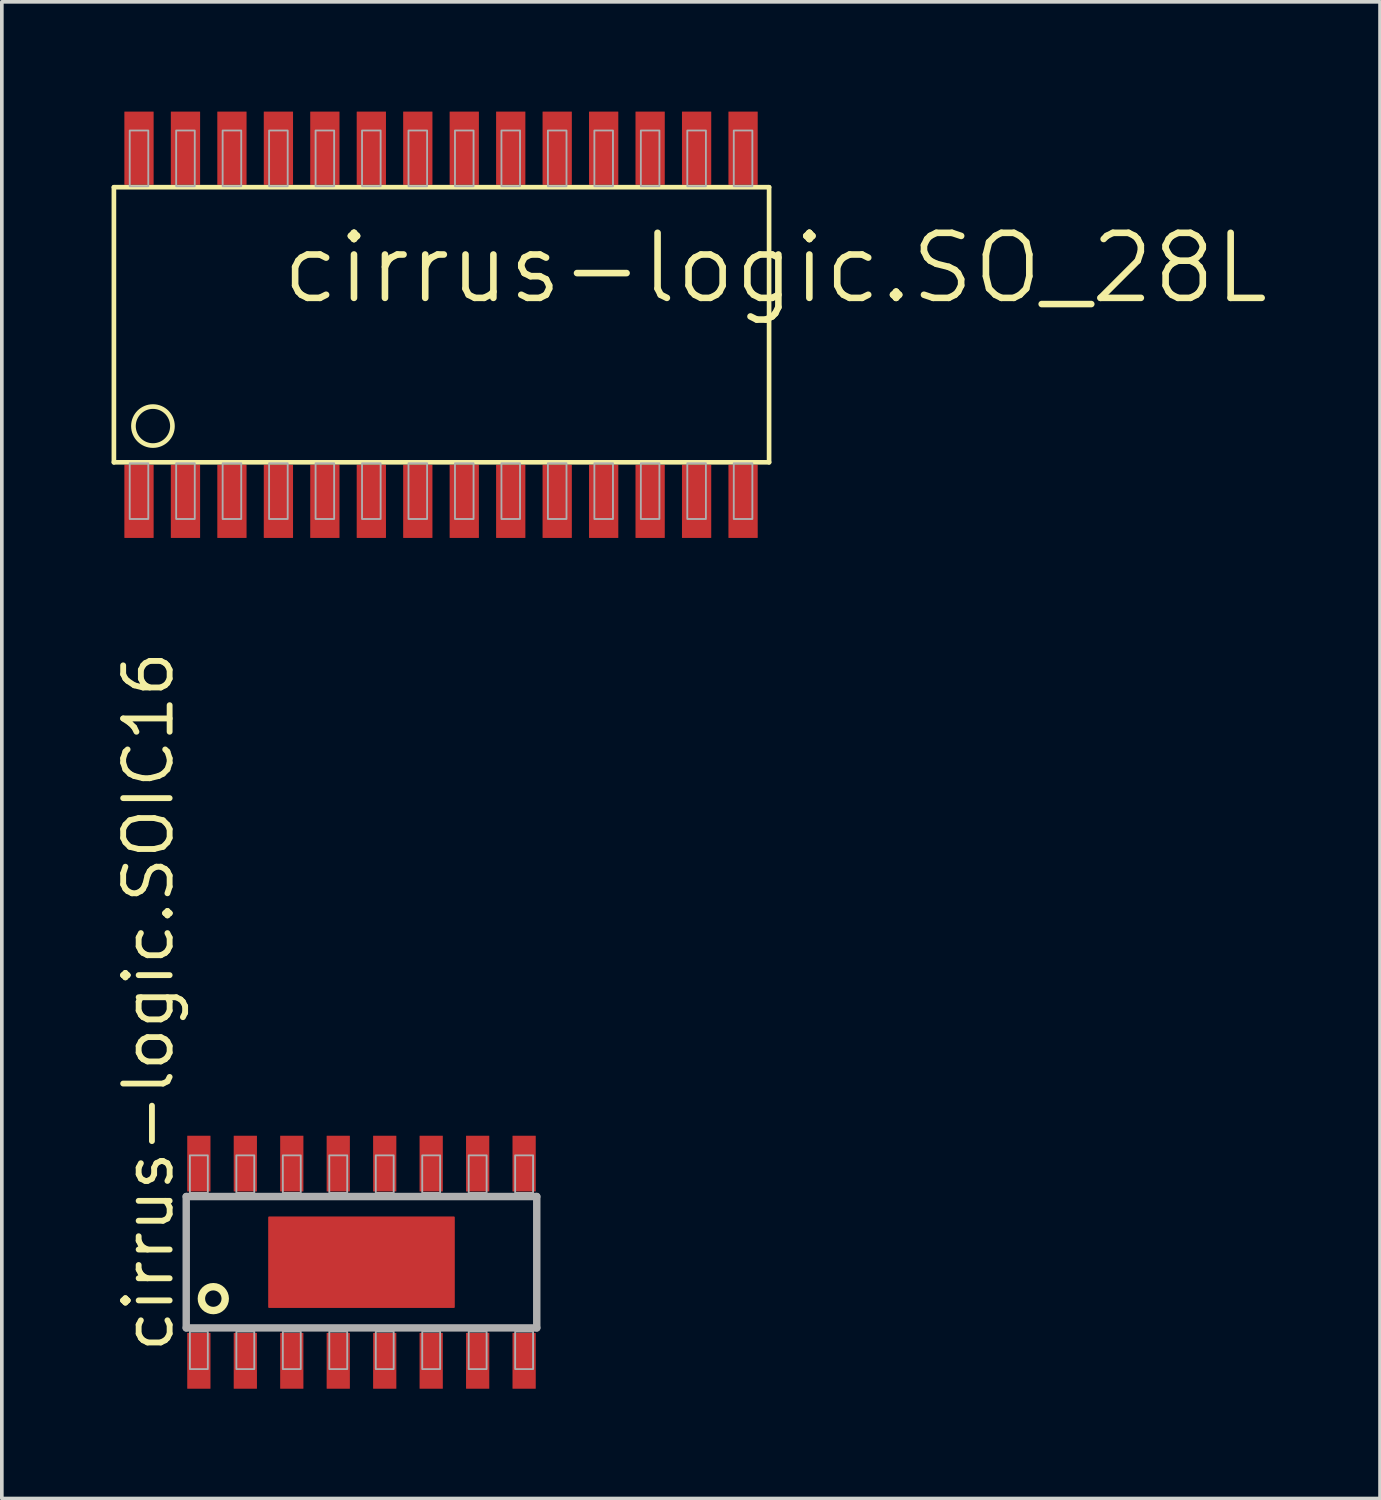
<source format=kicad_pcb>
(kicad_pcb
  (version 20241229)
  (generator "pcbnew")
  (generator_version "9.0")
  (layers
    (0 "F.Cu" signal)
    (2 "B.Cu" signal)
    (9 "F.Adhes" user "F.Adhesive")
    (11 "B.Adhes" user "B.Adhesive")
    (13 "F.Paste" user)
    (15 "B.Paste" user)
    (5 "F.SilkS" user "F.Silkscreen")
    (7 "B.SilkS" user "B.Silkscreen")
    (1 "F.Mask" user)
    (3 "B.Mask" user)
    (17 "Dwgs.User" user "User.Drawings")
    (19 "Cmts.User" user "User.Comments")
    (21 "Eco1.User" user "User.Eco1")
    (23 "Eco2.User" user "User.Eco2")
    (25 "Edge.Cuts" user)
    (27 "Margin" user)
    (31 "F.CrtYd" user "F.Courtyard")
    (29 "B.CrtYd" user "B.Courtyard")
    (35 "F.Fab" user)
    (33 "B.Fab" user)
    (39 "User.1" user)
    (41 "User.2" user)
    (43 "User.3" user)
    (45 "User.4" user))
  (footprint "cirrus-logic.SO_28L"
    (layer "F.Cu")
    (at 9.004 5.826)
    (property "Reference" "cirrus-logic.SO_28L" (at -4.445 -0.508 0) (layer "F.SilkS") (effects (font (size 1.778 1.778) (thickness 0.18)) (justify left bottom)))
    (attr smd)
    (fp_line (start -8.941 -3.759) (end -8.941 3.759) (stroke (width 0.127) (type default)) (layer "F.SilkS"))
    (fp_line (start -8.941 3.759) (end 8.966 3.759) (stroke (width 0.127) (type default)) (layer "F.SilkS"))
    (fp_line (start 8.966 -3.759) (end -8.941 -3.759) (stroke (width 0.127) (type default)) (layer "F.SilkS"))
    (fp_line (start 8.966 3.759) (end 8.966 -3.759) (stroke (width 0.127) (type default)) (layer "F.SilkS"))
    (fp_circle (center -7.874 2.769) (end -7.341 2.769) (stroke (width 0.127) (type default)) (fill no) (layer "F.SilkS"))
    (fp_rect (start -8.509 -3.785) (end -8.001 -5.309) (stroke (width 0.05) (type default)) (fill no) (layer "F.Fab"))
    (fp_rect (start -8.509 5.309) (end -8.001 3.785) (stroke (width 0.05) (type default)) (fill no) (layer "F.Fab"))
    (fp_rect (start -7.239 -3.785) (end -6.731 -5.309) (stroke (width 0.05) (type default)) (fill no) (layer "F.Fab"))
    (fp_rect (start -7.239 5.309) (end -6.731 3.785) (stroke (width 0.05) (type default)) (fill no) (layer "F.Fab"))
    (fp_rect (start -5.969 -3.785) (end -5.461 -5.309) (stroke (width 0.05) (type default)) (fill no) (layer "F.Fab"))
    (fp_rect (start -5.969 5.309) (end -5.461 3.785) (stroke (width 0.05) (type default)) (fill no) (layer "F.Fab"))
    (fp_rect (start -4.699 -3.785) (end -4.191 -5.309) (stroke (width 0.05) (type default)) (fill no) (layer "F.Fab"))
    (fp_rect (start -4.699 5.309) (end -4.191 3.785) (stroke (width 0.05) (type default)) (fill no) (layer "F.Fab"))
    (fp_rect (start -3.429 -3.785) (end -2.921 -5.309) (stroke (width 0.05) (type default)) (fill no) (layer "F.Fab"))
    (fp_rect (start -3.429 5.309) (end -2.921 3.785) (stroke (width 0.05) (type default)) (fill no) (layer "F.Fab"))
    (fp_rect (start -2.159 -3.785) (end -1.651 -5.309) (stroke (width 0.05) (type default)) (fill no) (layer "F.Fab"))
    (fp_rect (start -2.159 5.309) (end -1.651 3.785) (stroke (width 0.05) (type default)) (fill no) (layer "F.Fab"))
    (fp_rect (start -0.889 -3.785) (end -0.381 -5.309) (stroke (width 0.05) (type default)) (fill no) (layer "F.Fab"))
    (fp_rect (start -0.889 5.309) (end -0.381 3.785) (stroke (width 0.05) (type default)) (fill no) (layer "F.Fab"))
    (fp_rect (start 0.381 -3.785) (end 0.889 -5.309) (stroke (width 0.05) (type default)) (fill no) (layer "F.Fab"))
    (fp_rect (start 0.381 5.309) (end 0.889 3.785) (stroke (width 0.05) (type default)) (fill no) (layer "F.Fab"))
    (fp_rect (start 1.651 -3.785) (end 2.159 -5.309) (stroke (width 0.05) (type default)) (fill no) (layer "F.Fab"))
    (fp_rect (start 1.651 5.309) (end 2.159 3.785) (stroke (width 0.05) (type default)) (fill no) (layer "F.Fab"))
    (fp_rect (start 2.921 -3.785) (end 3.429 -5.309) (stroke (width 0.05) (type default)) (fill no) (layer "F.Fab"))
    (fp_rect (start 2.921 5.309) (end 3.429 3.785) (stroke (width 0.05) (type default)) (fill no) (layer "F.Fab"))
    (fp_rect (start 4.191 -3.785) (end 4.699 -5.309) (stroke (width 0.05) (type default)) (fill no) (layer "F.Fab"))
    (fp_rect (start 4.191 5.309) (end 4.699 3.785) (stroke (width 0.05) (type default)) (fill no) (layer "F.Fab"))
    (fp_rect (start 5.461 -3.785) (end 5.969 -5.309) (stroke (width 0.05) (type default)) (fill no) (layer "F.Fab"))
    (fp_rect (start 5.461 5.309) (end 5.969 3.785) (stroke (width 0.05) (type default)) (fill no) (layer "F.Fab"))
    (fp_rect (start 6.731 -3.785) (end 7.239 -5.309) (stroke (width 0.05) (type default)) (fill no) (layer "F.Fab"))
    (fp_rect (start 6.731 5.309) (end 7.239 3.785) (stroke (width 0.05) (type default)) (fill no) (layer "F.Fab"))
    (fp_rect (start 8.001 -3.785) (end 8.509 -5.309) (stroke (width 0.05) (type default)) (fill no) (layer "F.Fab"))
    (fp_rect (start 8.001 5.309) (end 8.509 3.785) (stroke (width 0.05) (type default)) (fill no) (layer "F.Fab"))
    (pad "1" smd roundrect (at -8.255 4.826) (size 0.8 2) (layers "F.Cu" "F.Mask" "F.Paste") (roundrect_rratio 0.01))
    (pad "2" smd roundrect (at -6.985 4.826) (size 0.8 2) (layers "F.Cu" "F.Mask" "F.Paste") (roundrect_rratio 0.01))
    (pad "3" smd roundrect (at -5.715 4.826) (size 0.8 2) (layers "F.Cu" "F.Mask" "F.Paste") (roundrect_rratio 0.01))
    (pad "4" smd roundrect (at -4.445 4.826) (size 0.8 2) (layers "F.Cu" "F.Mask" "F.Paste") (roundrect_rratio 0.01))
    (pad "5" smd roundrect (at -3.175 4.826) (size 0.8 2) (layers "F.Cu" "F.Mask" "F.Paste") (roundrect_rratio 0.01))
    (pad "6" smd roundrect (at -1.905 4.826) (size 0.8 2) (layers "F.Cu" "F.Mask" "F.Paste") (roundrect_rratio 0.01))
    (pad "7" smd roundrect (at -0.635 4.826) (size 0.8 2) (layers "F.Cu" "F.Mask" "F.Paste") (roundrect_rratio 0.01))
    (pad "8" smd roundrect (at 0.635 4.826) (size 0.8 2) (layers "F.Cu" "F.Mask" "F.Paste") (roundrect_rratio 0.01))
    (pad "9" smd roundrect (at 1.905 4.826) (size 0.8 2) (layers "F.Cu" "F.Mask" "F.Paste") (roundrect_rratio 0.01))
    (pad "10" smd roundrect (at 3.175 4.826) (size 0.8 2) (layers "F.Cu" "F.Mask" "F.Paste") (roundrect_rratio 0.01))
    (pad "11" smd roundrect (at 4.445 4.826) (size 0.8 2) (layers "F.Cu" "F.Mask" "F.Paste") (roundrect_rratio 0.01))
    (pad "12" smd roundrect (at 5.715 4.826) (size 0.8 2) (layers "F.Cu" "F.Mask" "F.Paste") (roundrect_rratio 0.01))
    (pad "13" smd roundrect (at 6.985 4.826) (size 0.8 2) (layers "F.Cu" "F.Mask" "F.Paste") (roundrect_rratio 0.01))
    (pad "14" smd roundrect (at 8.255 4.826) (size 0.8 2) (layers "F.Cu" "F.Mask" "F.Paste") (roundrect_rratio 0.01))
    (pad "15" smd roundrect (at 8.255 -4.826) (size 0.8 2) (layers "F.Cu" "F.Mask" "F.Paste") (roundrect_rratio 0.01))
    (pad "16" smd roundrect (at 6.985 -4.826) (size 0.8 2) (layers "F.Cu" "F.Mask" "F.Paste") (roundrect_rratio 0.01))
    (pad "17" smd roundrect (at 5.715 -4.826) (size 0.8 2) (layers "F.Cu" "F.Mask" "F.Paste") (roundrect_rratio 0.01))
    (pad "18" smd roundrect (at 4.445 -4.826) (size 0.8 2) (layers "F.Cu" "F.Mask" "F.Paste") (roundrect_rratio 0.01))
    (pad "19" smd roundrect (at 3.175 -4.826) (size 0.8 2) (layers "F.Cu" "F.Mask" "F.Paste") (roundrect_rratio 0.01))
    (pad "20" smd roundrect (at 1.905 -4.826) (size 0.8 2) (layers "F.Cu" "F.Mask" "F.Paste") (roundrect_rratio 0.01))
    (pad "21" smd roundrect (at 0.635 -4.826) (size 0.8 2) (layers "F.Cu" "F.Mask" "F.Paste") (roundrect_rratio 0.01))
    (pad "22" smd roundrect (at -0.635 -4.826) (size 0.8 2) (layers "F.Cu" "F.Mask" "F.Paste") (roundrect_rratio 0.01))
    (pad "23" smd roundrect (at -1.905 -4.826) (size 0.8 2) (layers "F.Cu" "F.Mask" "F.Paste") (roundrect_rratio 0.01))
    (pad "24" smd roundrect (at -3.175 -4.826) (size 0.8 2) (layers "F.Cu" "F.Mask" "F.Paste") (roundrect_rratio 0.01))
    (pad "25" smd roundrect (at -4.445 -4.826) (size 0.8 2) (layers "F.Cu" "F.Mask" "F.Paste") (roundrect_rratio 0.01))
    (pad "26" smd roundrect (at -5.715 -4.826) (size 0.8 2) (layers "F.Cu" "F.Mask" "F.Paste") (roundrect_rratio 0.01))
    (pad "27" smd roundrect (at -6.985 -4.826) (size 0.8 2) (layers "F.Cu" "F.Mask" "F.Paste") (roundrect_rratio 0.01))
    (pad "28" smd roundrect (at -8.255 -4.826) (size 0.8 2) (layers "F.Cu" "F.Mask" "F.Paste") (roundrect_rratio 0.01)))
  (footprint "cirrus-logic.SOIC16"
    (layer "F.Cu")
    (at 6.83 31.448)
    (property "Reference" "cirrus-logic.SOIC16" (at -5.08 2.54 90) (layer "F.SilkS") (effects (font (size 1.27 1.27) (thickness 0.16)) (justify left bottom)))
    (attr smd)
    (fp_circle (center -4.05 0.995) (end -3.724 0.995) (stroke (width 0.203) (type default)) (fill no) (layer "F.SilkS"))
    (fp_line (start -4.79 -1.795) (end 4.79 -1.795) (stroke (width 0.203) (type default)) (layer "F.Fab"))
    (fp_line (start -4.79 1.795) (end -4.79 -1.795) (stroke (width 0.203) (type default)) (layer "F.Fab"))
    (fp_line (start 4.79 -1.795) (end 4.79 1.795) (stroke (width 0.203) (type default)) (layer "F.Fab"))
    (fp_line (start 4.79 1.795) (end -4.79 1.795) (stroke (width 0.203) (type default)) (layer "F.Fab"))
    (fp_rect (start -4.69 -1.895) (end -4.2 -2.921) (stroke (width 0.05) (type default)) (fill no) (layer "F.Fab"))
    (fp_rect (start -4.69 2.921) (end -4.2 1.895) (stroke (width 0.05) (type default)) (fill no) (layer "F.Fab"))
    (fp_rect (start -3.42 -1.895) (end -2.93 -2.921) (stroke (width 0.05) (type default)) (fill no) (layer "F.Fab"))
    (fp_rect (start -3.42 2.921) (end -2.93 1.895) (stroke (width 0.05) (type default)) (fill no) (layer "F.Fab"))
    (fp_rect (start -2.15 -1.895) (end -1.66 -2.921) (stroke (width 0.05) (type default)) (fill no) (layer "F.Fab"))
    (fp_rect (start -2.15 2.921) (end -1.66 1.895) (stroke (width 0.05) (type default)) (fill no) (layer "F.Fab"))
    (fp_rect (start -0.88 -1.895) (end -0.39 -2.921) (stroke (width 0.05) (type default)) (fill no) (layer "F.Fab"))
    (fp_rect (start -0.88 2.921) (end -0.39 1.895) (stroke (width 0.05) (type default)) (fill no) (layer "F.Fab"))
    (fp_rect (start 0.39 -1.895) (end 0.88 -2.921) (stroke (width 0.05) (type default)) (fill no) (layer "F.Fab"))
    (fp_rect (start 0.39 2.921) (end 0.88 1.895) (stroke (width 0.05) (type default)) (fill no) (layer "F.Fab"))
    (fp_rect (start 1.66 -1.895) (end 2.15 -2.921) (stroke (width 0.05) (type default)) (fill no) (layer "F.Fab"))
    (fp_rect (start 1.66 2.921) (end 2.15 1.895) (stroke (width 0.05) (type default)) (fill no) (layer "F.Fab"))
    (fp_rect (start 2.93 -1.895) (end 3.42 -2.921) (stroke (width 0.05) (type default)) (fill no) (layer "F.Fab"))
    (fp_rect (start 2.93 2.921) (end 3.42 1.895) (stroke (width 0.05) (type default)) (fill no) (layer "F.Fab"))
    (fp_rect (start 4.2 -1.895) (end 4.69 -2.921) (stroke (width 0.05) (type default)) (fill no) (layer "F.Fab"))
    (fp_rect (start 4.2 2.921) (end 4.69 1.895) (stroke (width 0.05) (type default)) (fill no) (layer "F.Fab"))
    (pad "1" smd roundrect (at -4.445 2.695) (size 0.635 1.524) (layers "F.Cu" "F.Mask" "F.Paste") (roundrect_rratio 0.01))
    (pad "2" smd roundrect (at -3.175 2.695) (size 0.635 1.524) (layers "F.Cu" "F.Mask" "F.Paste") (roundrect_rratio 0.01))
    (pad "3" smd roundrect (at -1.905 2.695) (size 0.635 1.524) (layers "F.Cu" "F.Mask" "F.Paste") (roundrect_rratio 0.01))
    (pad "4" smd roundrect (at -0.635 2.695) (size 0.635 1.524) (layers "F.Cu" "F.Mask" "F.Paste") (roundrect_rratio 0.01))
    (pad "5" smd roundrect (at 0.635 2.695) (size 0.635 1.524) (layers "F.Cu" "F.Mask" "F.Paste") (roundrect_rratio 0.01))
    (pad "6" smd roundrect (at 1.905 2.695) (size 0.635 1.524) (layers "F.Cu" "F.Mask" "F.Paste") (roundrect_rratio 0.01))
    (pad "7" smd roundrect (at 3.175 2.695) (size 0.635 1.524) (layers "F.Cu" "F.Mask" "F.Paste") (roundrect_rratio 0.01))
    (pad "8" smd roundrect (at 4.445 2.695) (size 0.635 1.524) (layers "F.Cu" "F.Mask" "F.Paste") (roundrect_rratio 0.01))
    (pad "9" smd roundrect (at 4.445 -2.695) (size 0.635 1.524) (layers "F.Cu" "F.Mask" "F.Paste") (roundrect_rratio 0.01))
    (pad "10" smd roundrect (at 3.175 -2.695) (size 0.635 1.524) (layers "F.Cu" "F.Mask" "F.Paste") (roundrect_rratio 0.01))
    (pad "11" smd roundrect (at 1.905 -2.695) (size 0.635 1.524) (layers "F.Cu" "F.Mask" "F.Paste") (roundrect_rratio 0.01))
    (pad "12" smd roundrect (at 0.635 -2.695) (size 0.635 1.524) (layers "F.Cu" "F.Mask" "F.Paste") (roundrect_rratio 0.01))
    (pad "13" smd roundrect (at -0.635 -2.695) (size 0.635 1.524) (layers "F.Cu" "F.Mask" "F.Paste") (roundrect_rratio 0.01))
    (pad "14" smd roundrect (at -1.905 -2.695) (size 0.635 1.524) (layers "F.Cu" "F.Mask" "F.Paste") (roundrect_rratio 0.01))
    (pad "15" smd roundrect (at -3.175 -2.695) (size 0.635 1.524) (layers "F.Cu" "F.Mask" "F.Paste") (roundrect_rratio 0.01))
    (pad "16" smd roundrect (at -4.445 -2.695) (size 0.635 1.524) (layers "F.Cu" "F.Mask" "F.Paste") (roundrect_rratio 0.01))
    (pad "THERM" smd roundrect (at 0 0) (size 5.1 2.5) (layers "F.Cu" "F.Mask" "F.Paste") (roundrect_rratio 0.01)))
  (gr_rect
    (start -3 -3)
    (end 34.668 37.905)
    (stroke (width 0.1) (type default))
    (fill no)
    (layer "Edge.Cuts")))
</source>
